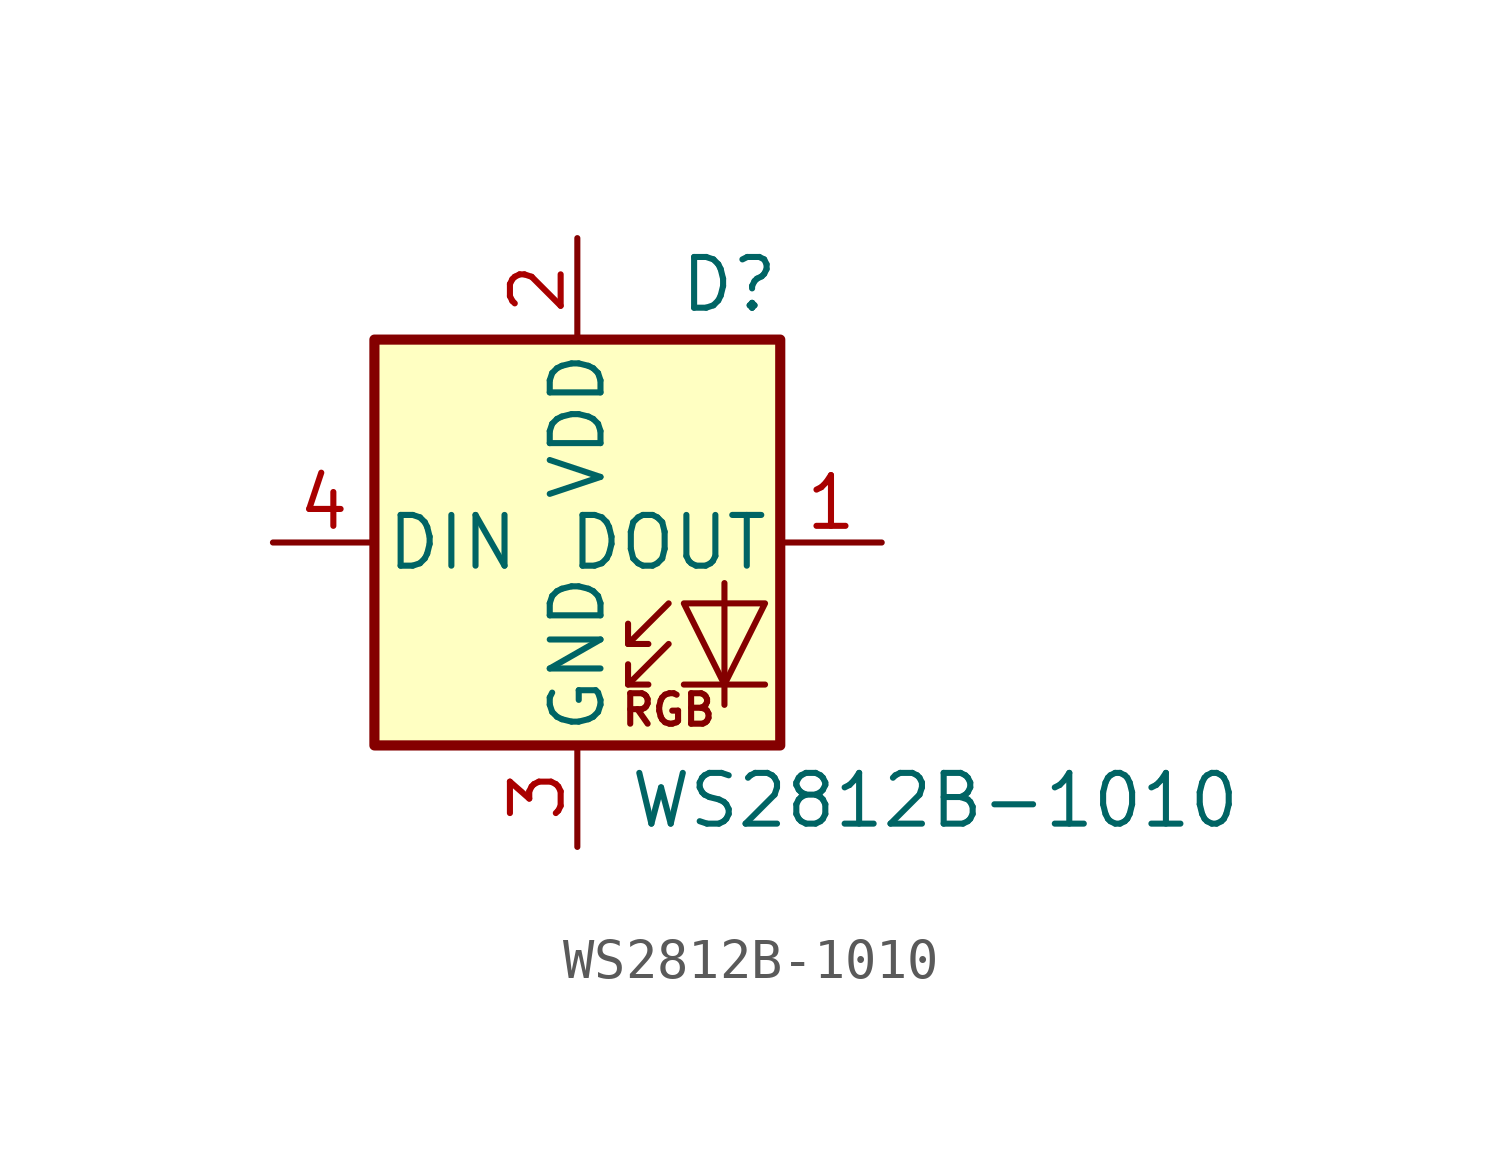
<source format=kicad_sym>
(kicad_symbol_lib
  (version 20231120)
  (generator "kicad_symbol_editor")
  (generator_version "8.0")
  (symbol "WS2812B-1010"
    (pin_names
      (offset 0.254))
    (property "Reference" "D"
      (at 5.08 5.715 0)
      (effects (font (size 1.27 1.27)) (justify right bottom)))
    (property "Value" "WS2812B-1010"
      (at 1.27 -5.715 0)
      (effects (font (size 1.27 1.27)) (justify left top)))
    (symbol "WS2812B-1010_0_0"
      (text "RGB" (at 2.286 -4.191 0) (effects (font (size 0.762 0.762)))))
    (symbol "WS2812B-1010_0_1"
      (rectangle (start -5.08 5.08) (end 5.08 -5.08) (stroke (width 0.254) (type default)) (fill (type background)))
      (polyline (pts (xy 1.27 -3.556) (xy 1.778 -3.556)) (stroke (width 0) (type default)) (fill (type none)))
      (polyline (pts (xy 1.27 -2.54) (xy 1.778 -2.54)) (stroke (width 0) (type default)) (fill (type none)))
      (polyline (pts (xy 4.699 -3.556) (xy 2.667 -3.556)) (stroke (width 0) (type default)) (fill (type none)))
      (polyline (pts (xy 2.286 -2.54) (xy 1.27 -3.556) (xy 1.27 -3.048)) (stroke (width 0) (type default)) (fill (type none)))
      (polyline (pts (xy 2.286 -1.524) (xy 1.27 -2.54) (xy 1.27 -2.032)) (stroke (width 0) (type default)) (fill (type none)))
      (polyline (pts (xy 3.683 -1.016) (xy 3.683 -3.556) (xy 3.683 -4.064)) (stroke (width 0) (type default)) (fill (type none)))
      (polyline (pts (xy 4.699 -1.524) (xy 2.667 -1.524) (xy 3.683 -3.556) (xy 4.699 -1.524)) (stroke (width 0) (type default)) (fill (type none))))
    (symbol "WS2812B-1010_1_1"
      (pin output line (at 7.62 0 180) (length 2.54) (name "DOUT" (effects (font (size 1.27 1.27)))) (number "1" (effects (font (size 1.27 1.27)))))
      (pin power_in line (at 0 7.62 270) (length 2.54) (name "VDD" (effects (font (size 1.27 1.27)))) (number "2" (effects (font (size 1.27 1.27)))))
      (pin power_in line (at 0 -7.62 90) (length 2.54) (name "GND" (effects (font (size 1.27 1.27)))) (number "3" (effects (font (size 1.27 1.27)))))
      (pin input line (at -7.62 0 0) (length 2.54) (name "DIN" (effects (font (size 1.27 1.27)))) (number "4" (effects (font (size 1.27 1.27))))))))
</source>
